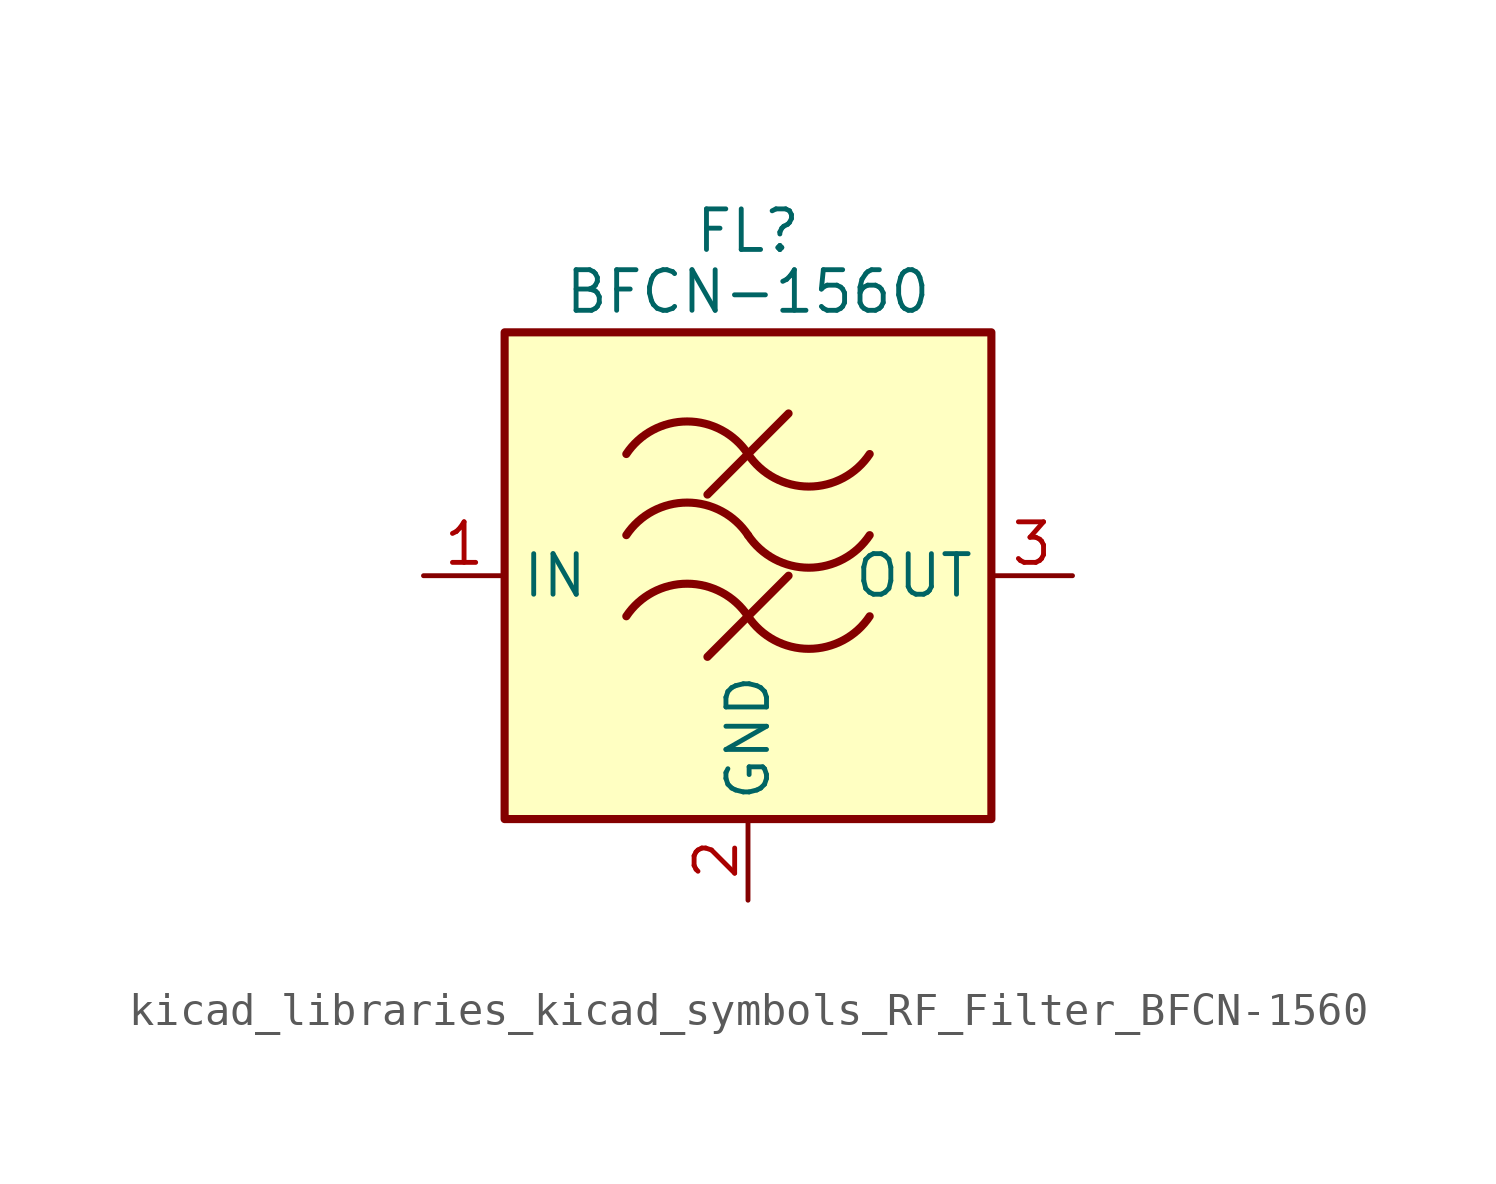
<source format=kicad_sym>
(kicad_symbol_lib
  (version 20220914)
  (generator kicad_symbol_editor)
  (symbol "kicad_libraries_kicad_symbols_RF_Filter_BFCN-1560"
    (property "Reference" "FL"
      (at 0 10.795 0)
      (effects (font (size 1.27 1.27))))
    (property "Value" "BFCN-1560"
      (at 0 8.89 0)
      (effects (font (size 1.27 1.27))))
    (symbol "kicad_libraries_kicad_symbols_RF_Filter_BFCN-1560_0_1"
      (rectangle (start -7.62 7.62) (end 7.62 -7.62) (stroke (width 0.254) (type default)) (fill (type background)))
      (arc (start 0 -1.27) (mid -1.905 -0.2505) (end -3.81 -1.27) (stroke (width 0.254) (type default)) (fill (type none)))
      (arc (start 0 -1.27) (mid 1.905 -2.2895) (end 3.81 -1.27) (stroke (width 0.254) (type default)) (fill (type none)))
      (polyline (pts (xy -1.27 -2.54) (xy 1.27 0)) (stroke (width 0.254) (type default)) (fill (type none)))
      (polyline (pts (xy -1.27 2.54) (xy 1.27 5.08)) (stroke (width 0.254) (type default)) (fill (type none)))
      (arc (start 0 1.27) (mid -1.905 2.2895) (end -3.81 1.27) (stroke (width 0.254) (type default)) (fill (type none)))
      (arc (start 0 1.27) (mid 1.905 0.2505) (end 3.81 1.27) (stroke (width 0.254) (type default)) (fill (type none)))
      (arc (start 0 3.81) (mid -1.905 4.8295) (end -3.81 3.81) (stroke (width 0.254) (type default)) (fill (type none)))
      (arc (start 0 3.81) (mid 1.905 2.7905) (end 3.81 3.81) (stroke (width 0.254) (type default)) (fill (type none))))
    (symbol "kicad_libraries_kicad_symbols_RF_Filter_BFCN-1560_1_1"
      (pin passive line (at -10.16 0 0) (length 2.54) (name "IN" (effects (font (size 1.27 1.27)))) (number "1" (effects (font (size 1.27 1.27)))))
      (pin passive line (at 0 -10.16 90) (length 2.54) (name "GND" (effects (font (size 1.27 1.27)))) (number "2" (effects (font (size 1.27 1.27)))))
      (pin passive line (at 10.16 0 180) (length 2.54) (name "OUT" (effects (font (size 1.27 1.27)))) (number "3" (effects (font (size 1.27 1.27)))))
      (pin passive line (at 0 -10.16 90) (length 2.54) hide (name "GND" (effects (font (size 1.27 1.27)))) (number "4" (effects (font (size 1.27 1.27)))))
      (pin passive line (at 0 -10.16 90) (length 2.54) hide (name "GND" (effects (font (size 1.27 1.27)))) (number "5" (effects (font (size 1.27 1.27)))))
      (pin passive line (at 0 -10.16 90) (length 2.54) hide (name "GND" (effects (font (size 1.27 1.27)))) (number "6" (effects (font (size 1.27 1.27))))))))
</source>
